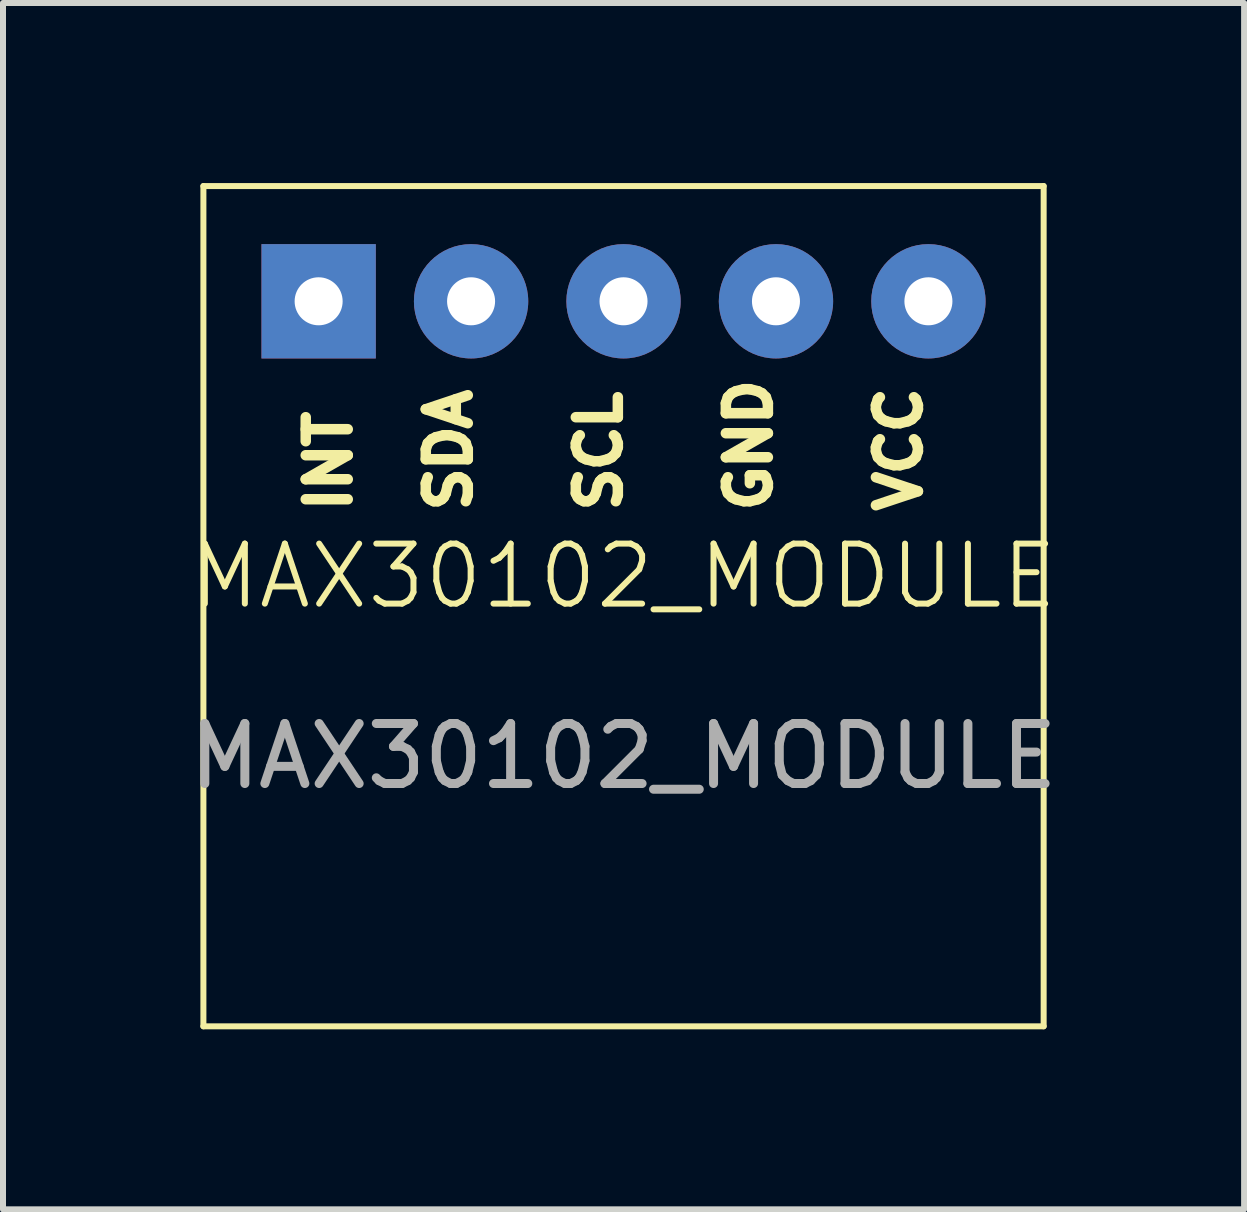
<source format=kicad_pcb>
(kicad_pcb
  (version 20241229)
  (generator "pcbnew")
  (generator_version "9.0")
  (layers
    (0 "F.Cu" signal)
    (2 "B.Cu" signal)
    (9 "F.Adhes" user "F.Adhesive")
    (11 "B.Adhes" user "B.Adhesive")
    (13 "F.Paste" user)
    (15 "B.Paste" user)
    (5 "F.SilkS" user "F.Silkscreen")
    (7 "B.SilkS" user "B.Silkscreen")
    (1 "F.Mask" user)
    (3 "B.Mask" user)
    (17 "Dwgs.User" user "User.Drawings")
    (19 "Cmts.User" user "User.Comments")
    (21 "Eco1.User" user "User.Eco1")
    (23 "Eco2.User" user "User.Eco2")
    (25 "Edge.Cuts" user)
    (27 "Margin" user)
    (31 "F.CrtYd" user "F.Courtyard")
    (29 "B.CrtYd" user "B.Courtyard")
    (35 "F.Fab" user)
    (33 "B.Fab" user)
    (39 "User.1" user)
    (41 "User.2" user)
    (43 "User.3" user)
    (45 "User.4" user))
  (footprint "MAX30102_MODULE"
    (layer "F.Cu")
    (at 7.339 7.05)
    (property "Reference" "MAX30102_MODULE" (at 0 -0.5 0) (unlocked yes) (layer "F.SilkS") (effects (font (size 1 1) (thickness 0.1))))
    (attr smd)
    (fp_line (start -7 -7) (end 7 -7) (stroke (width 0.1) (type default)) (layer "F.SilkS"))
    (fp_line (start -7 7) (end -7 -7) (stroke (width 0.1) (type default)) (layer "F.SilkS"))
    (fp_line (start 7 -7) (end 7 7) (stroke (width 0.1) (type default)) (layer "F.SilkS"))
    (fp_line (start 7 7) (end -7 7) (stroke (width 0.1) (type default)) (layer "F.SilkS"))
    (fp_text user "SCL" (at 0 -1.5 90) (unlocked yes) (layer "F.SilkS") (effects (font (size 0.7 0.7) (thickness 0.175) (bold yes)) (justify left bottom)))
    (fp_text user "VCC" (at 5 -1.5 90) (unlocked yes) (layer "F.SilkS") (effects (font (size 0.7 0.7) (thickness 0.175) (bold yes)) (justify left bottom)))
    (fp_text user "SDA" (at -2.5 -1.5 90) (unlocked yes) (layer "F.SilkS") (effects (font (size 0.7 0.7) (thickness 0.175) (bold yes)) (justify left bottom)))
    (fp_text user "GND" (at 2.5 -1.5 90) (unlocked yes) (layer "F.SilkS") (effects (font (size 0.7 0.7) (thickness 0.175) (bold yes)) (justify left bottom)))
    (fp_text user "INT" (at -4.5 -1.5 90) (unlocked yes) (layer "F.SilkS") (effects (font (size 0.7 0.7) (thickness 0.175) (bold yes)) (justify left bottom)))
    (fp_text user "${REFERENCE}" (at 0 2.5 0) (unlocked yes) (layer "F.Fab") (effects (font (size 1 1) (thickness 0.15))))
    (pad "1" thru_hole rect (at -5.08 -5.08) (size 1.905 1.905) (drill 0.8) (layers "*.Cu" "*.Mask"))
    (pad "2" thru_hole circle (at -2.54 -5.08) (size 1.905 1.905) (drill 0.8) (layers "*.Cu" "*.Mask"))
    (pad "3" thru_hole circle (at 0 -5.08) (size 1.905 1.905) (drill 0.8) (layers "*.Cu" "*.Mask"))
    (pad "4" thru_hole circle (at 2.54 -5.08) (size 1.905 1.905) (drill 0.8) (layers "*.Cu" "*.Mask"))
    (pad "5" thru_hole circle (at 5.08 -5.08) (size 1.905 1.905) (drill 0.8) (layers "*.Cu" "*.Mask"))
    (zone (net_name "") (layer "F.SilkS") (hatch edge 0.5) (connect_pads) (min_thickness 0.25) (filled_areas_thickness no) (keepout (tracks allowed) (vias allowed) (pads not_allowed) (copperpour allowed) (footprints not_allowed)) (placement (enabled no)) (fill) (polygon (pts (xy 0.339 0.05) (xy 14.339 0.05) (xy 14.339 14.05) (xy 0.339 14.05)))))
  (gr_rect
    (start -3 -3)
    (end 17.679 17.1)
    (stroke (width 0.1) (type default))
    (fill no)
    (layer "Edge.Cuts")))
</source>
